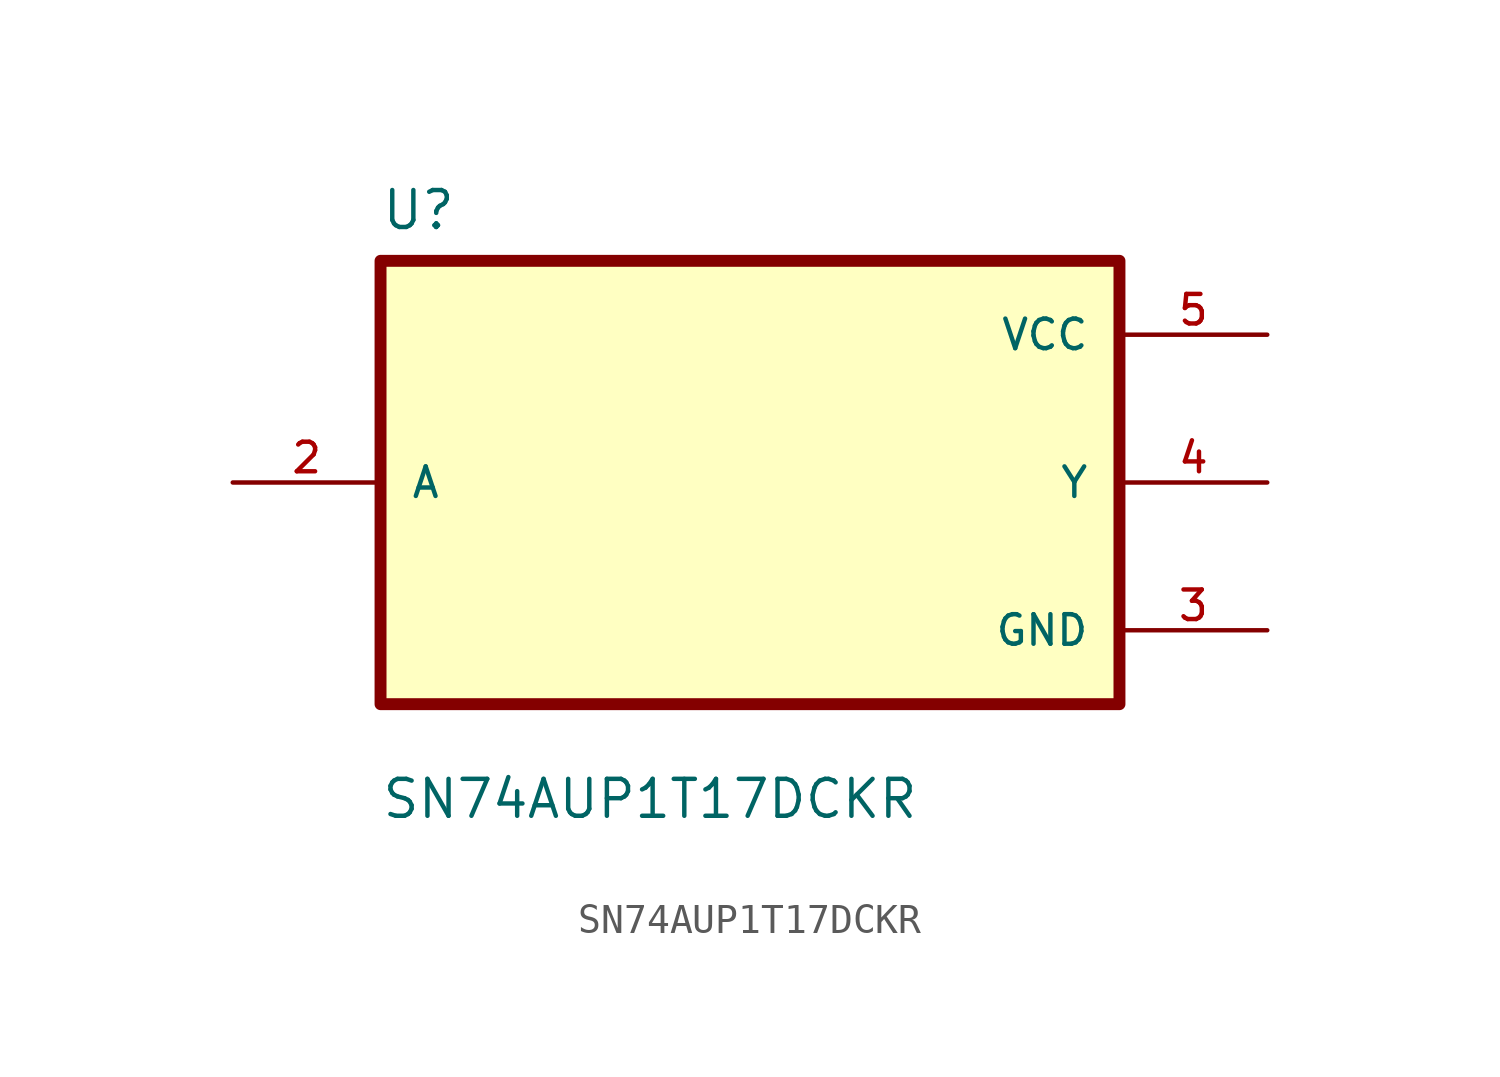
<source format=kicad_sym>
(kicad_symbol_lib
  (version 20211014)
  (generator kicad_symbol_editor)
  (symbol "SN74AUP1T17DCKR"
    (pin_names
      (offset 1.016))
    (property "Reference" "U"
      (at -12.7 8.62 0.0)
      (effects (font (size 1.27 1.27)) (justify bottom left)))
    (property "Value" "SN74AUP1T17DCKR"
      (at -12.7 -11.62 0.0)
      (effects (font (size 1.27 1.27)) (justify bottom left)))
    (symbol "SN74AUP1T17DCKR_0_0"
      (rectangle (start -12.7 -7.62) (end 12.7 7.62) (stroke (width 0.41)) (fill (type background)))
      (pin input line (at -17.78 0.0 0) (length 5.08) (name "A" (effects (font (size 1.016 1.016)))) (number "2" (effects (font (size 1.016 1.016)))))
      (pin power_in line (at 17.78 5.08 180.0) (length 5.08) (name "VCC" (effects (font (size 1.016 1.016)))) (number "5" (effects (font (size 1.016 1.016)))))
      (pin output line (at 17.78 0.0 180.0) (length 5.08) (name "Y" (effects (font (size 1.016 1.016)))) (number "4" (effects (font (size 1.016 1.016)))))
      (pin power_in line (at 17.78 -5.08 180.0) (length 5.08) (name "GND" (effects (font (size 1.016 1.016)))) (number "3" (effects (font (size 1.016 1.016))))))))
</source>
